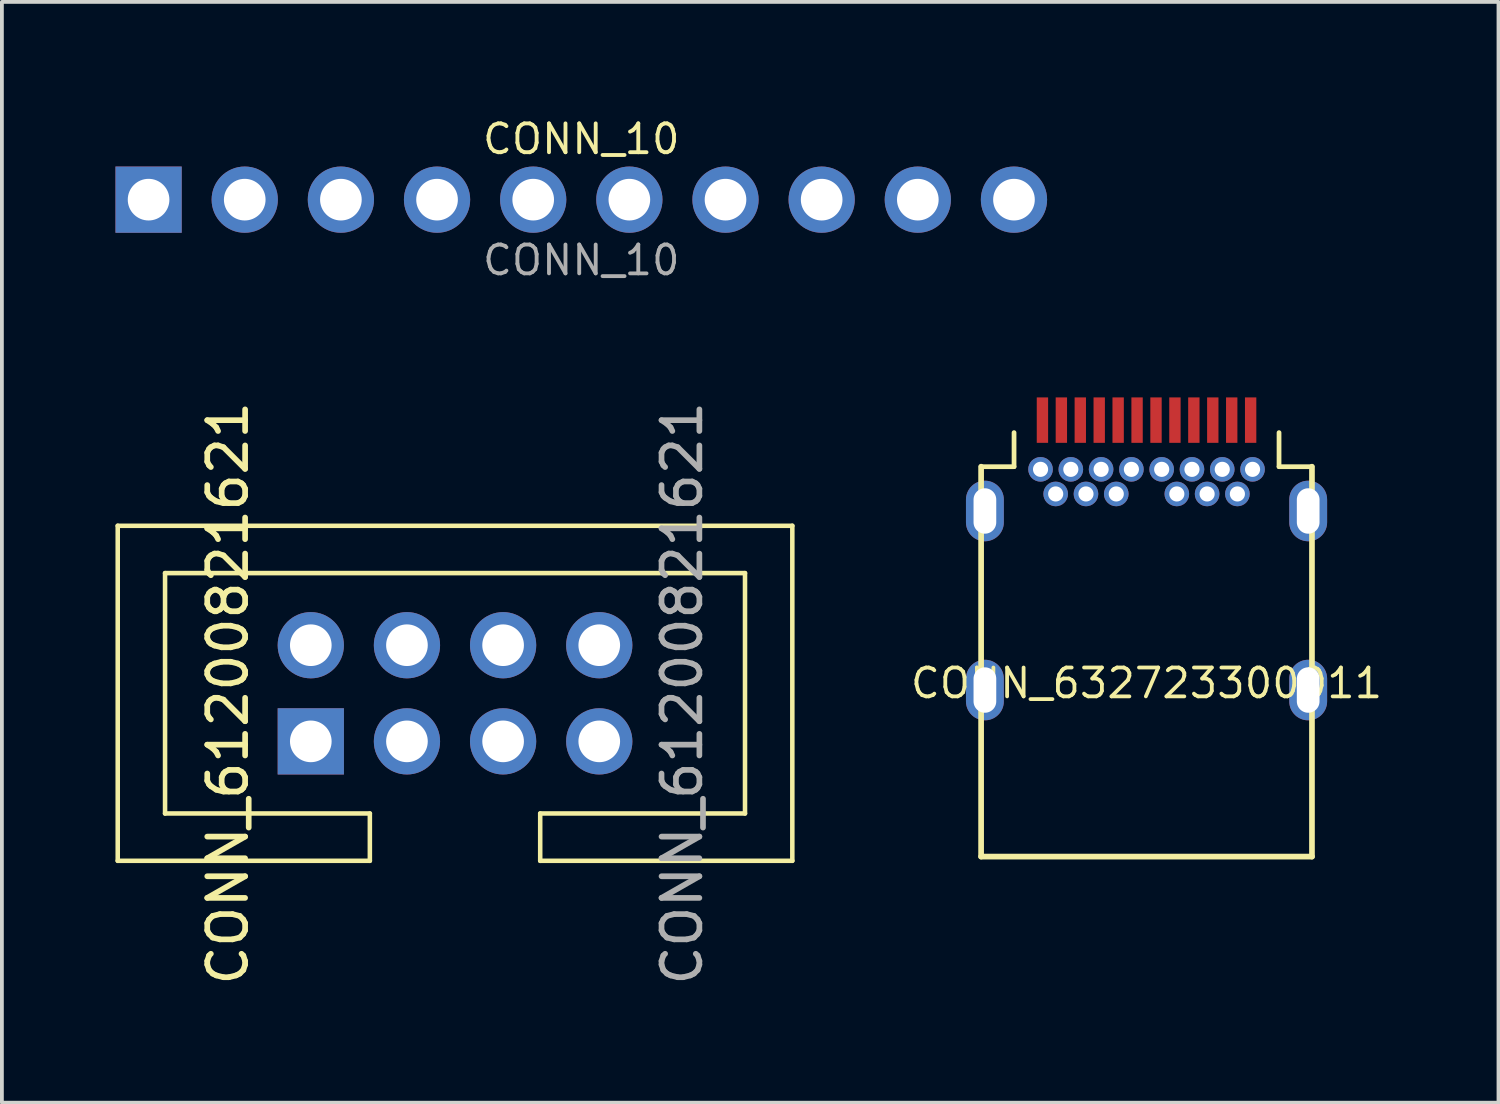
<source format=kicad_pcb>
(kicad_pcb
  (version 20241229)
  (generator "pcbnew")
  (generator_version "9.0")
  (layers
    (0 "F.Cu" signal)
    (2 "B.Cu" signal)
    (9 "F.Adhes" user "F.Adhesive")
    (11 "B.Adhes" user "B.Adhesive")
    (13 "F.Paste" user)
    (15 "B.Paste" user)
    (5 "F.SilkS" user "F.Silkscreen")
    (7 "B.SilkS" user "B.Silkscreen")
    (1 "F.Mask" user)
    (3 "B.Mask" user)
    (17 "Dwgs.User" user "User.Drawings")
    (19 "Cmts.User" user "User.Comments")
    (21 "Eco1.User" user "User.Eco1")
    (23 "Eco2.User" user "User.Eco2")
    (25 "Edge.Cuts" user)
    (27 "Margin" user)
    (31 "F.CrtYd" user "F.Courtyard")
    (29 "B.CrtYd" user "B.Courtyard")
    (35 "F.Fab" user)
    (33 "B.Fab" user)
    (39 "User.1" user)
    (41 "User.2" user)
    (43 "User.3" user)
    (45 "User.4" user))
  (footprint "CONN_10"
    (layer "F.Cu")
    (at 12.305 2.224)
    (property "Reference" "CONN_10" (at 0 -1.6 0) (unlocked yes) (layer "F.SilkS") (effects (font (size 0.762 0.762) (thickness 0.102))))
    (attr through_hole)
    (fp_text user "${REFERENCE}" (at 0 1.6 0) (unlocked yes) (layer "F.Fab") (effects (font (size 0.762 0.762) (thickness 0.102))))
    (pad "1" thru_hole rect (at -11.43 0) (size 1.75 1.75) (drill 1.1) (layers "*.Cu" "*.Mask"))
    (pad "2" thru_hole circle (at -8.89 0) (size 1.75 1.75) (drill 1.1) (layers "*.Cu" "*.Mask"))
    (pad "3" thru_hole circle (at -6.35 0) (size 1.75 1.75) (drill 1.1) (layers "*.Cu" "*.Mask"))
    (pad "4" thru_hole circle (at -3.81 0) (size 1.75 1.75) (drill 1.1) (layers "*.Cu" "*.Mask"))
    (pad "5" thru_hole circle (at -1.27 0) (size 1.75 1.75) (drill 1.1) (layers "*.Cu" "*.Mask"))
    (pad "6" thru_hole circle (at 1.27 0) (size 1.75 1.75) (drill 1.1) (layers "*.Cu" "*.Mask"))
    (pad "7" thru_hole circle (at 3.81 0) (size 1.75 1.75) (drill 1.1) (layers "*.Cu" "*.Mask"))
    (pad "8" thru_hole circle (at 6.35 0) (size 1.75 1.75) (drill 1.1) (layers "*.Cu" "*.Mask"))
    (pad "9" thru_hole circle (at 8.89 0) (size 1.75 1.75) (drill 1.1) (layers "*.Cu" "*.Mask"))
    (pad "10" thru_hole circle (at 11.43 0) (size 1.75 1.75) (drill 1.1) (layers "*.Cu" "*.Mask")))
  (footprint "CONN_61200821621"
    (layer "F.Cu")
    (at 8.97 15.264)
    (property "Reference" "CONN_61200821621" (at -6 0 90) (unlocked yes) (layer "F.SilkS") (effects (font (size 1 1) (thickness 0.15))))
    (attr through_hole)
    (fp_line (start -8.91 -4.425) (end 8.91 -4.425) (stroke (width 0.12) (type solid)) (layer "F.SilkS"))
    (fp_line (start -8.91 4.425) (end -8.91 -4.425) (stroke (width 0.12) (type solid)) (layer "F.SilkS"))
    (fp_line (start -7.66 -3.175) (end 7.66 -3.175) (stroke (width 0.12) (type solid)) (layer "F.SilkS"))
    (fp_line (start -7.66 3.175) (end -7.66 -3.175) (stroke (width 0.12) (type solid)) (layer "F.SilkS"))
    (fp_line (start -2.25 3.175) (end -7.66 3.175) (stroke (width 0.12) (type solid)) (layer "F.SilkS"))
    (fp_line (start -2.25 4.425) (end -8.91 4.425) (stroke (width 0.12) (type solid)) (layer "F.SilkS"))
    (fp_line (start -2.25 4.425) (end -2.25 3.175) (stroke (width 0.12) (type solid)) (layer "F.SilkS"))
    (fp_line (start 2.25 4.425) (end 2.25 3.175) (stroke (width 0.12) (type solid)) (layer "F.SilkS"))
    (fp_line (start 2.25 4.425) (end 8.91 4.425) (stroke (width 0.12) (type solid)) (layer "F.SilkS"))
    (fp_line (start 7.66 -3.175) (end 7.66 3.175) (stroke (width 0.12) (type solid)) (layer "F.SilkS"))
    (fp_line (start 7.66 3.175) (end 2.25 3.175) (stroke (width 0.12) (type solid)) (layer "F.SilkS"))
    (fp_line (start 8.91 -4.425) (end 8.91 4.425) (stroke (width 0.12) (type solid)) (layer "F.SilkS"))
    (fp_text user "${REFERENCE}" (at 6 0 90) (unlocked yes) (layer "F.Fab") (effects (font (size 1 1) (thickness 0.15))))
    (pad "1" thru_hole rect (at -3.81 1.27) (size 1.75 1.75) (drill 1.1) (layers "*.Cu" "*.Mask"))
    (pad "2" thru_hole circle (at -3.81 -1.27) (size 1.75 1.75) (drill 1.1) (layers "*.Cu" "*.Mask"))
    (pad "3" thru_hole circle (at -1.27 1.27) (size 1.75 1.75) (drill 1.1) (layers "*.Cu" "*.Mask"))
    (pad "4" thru_hole circle (at -1.27 -1.27) (size 1.75 1.75) (drill 1.1) (layers "*.Cu" "*.Mask"))
    (pad "5" thru_hole circle (at 1.27 1.27) (size 1.75 1.75) (drill 1.1) (layers "*.Cu" "*.Mask"))
    (pad "6" thru_hole circle (at 1.27 -1.27) (size 1.75 1.75) (drill 1.1) (layers "*.Cu" "*.Mask"))
    (pad "7" thru_hole circle (at 3.81 1.27) (size 1.75 1.75) (drill 1.1) (layers "*.Cu" "*.Mask"))
    (pad "8" thru_hole circle (at 3.81 -1.27) (size 1.75 1.75) (drill 1.1) (layers "*.Cu" "*.Mask")))
  (footprint "CONN_632723300011"
    (layer "F.Cu")
    (at 27.237 9.998)
    (property "Reference" "CONN_632723300011" (at 0 5 0) (layer "F.SilkS") (effects (font (size 0.762 0.762) (thickness 0.1))))
    (attr through_hole)
    (fp_line (start -4.37 -0.72) (end -4.37 9.58) (stroke (width 0.15) (type solid)) (layer "F.SilkS"))
    (fp_line (start -4.37 -0.72) (end -3.5 -0.72) (stroke (width 0.125) (type solid)) (layer "F.SilkS"))
    (fp_line (start -4.37 9.58) (end 4.37 9.58) (stroke (width 0.15) (type solid)) (layer "F.SilkS"))
    (fp_line (start -3.5 -1.62) (end -3.5 -0.72) (stroke (width 0.125) (type solid)) (layer "F.SilkS"))
    (fp_line (start 3.5 -0.72) (end 3.5 -1.62) (stroke (width 0.125) (type solid)) (layer "F.SilkS"))
    (fp_line (start 4.37 -0.72) (end 3.5 -0.72) (stroke (width 0.125) (type solid)) (layer "F.SilkS"))
    (fp_line (start 4.37 -0.72) (end 4.37 9.58) (stroke (width 0.15) (type solid)) (layer "F.SilkS"))
    (pad "A1" smd rect (at -2.75 -1.95) (size 0.3 1.2) (layers "F.Cu" "F.Mask" "F.Paste"))
    (pad "A2" smd rect (at -2.25 -1.95) (size 0.3 1.2) (layers "F.Cu" "F.Mask" "F.Paste"))
    (pad "A3" smd rect (at -1.75 -1.95) (size 0.3 1.2) (layers "F.Cu" "F.Mask" "F.Paste"))
    (pad "A4" smd rect (at -1.25 -1.95) (size 0.3 1.2) (layers "F.Cu" "F.Mask" "F.Paste"))
    (pad "A5" smd rect (at -0.75 -1.95) (size 0.3 1.2) (layers "F.Cu" "F.Mask" "F.Paste"))
    (pad "A6" smd rect (at -0.25 -1.95) (size 0.3 1.2) (layers "F.Cu" "F.Mask" "F.Paste"))
    (pad "A7" smd rect (at 0.25 -1.95) (size 0.3 1.2) (layers "F.Cu" "F.Mask" "F.Paste"))
    (pad "A8" smd rect (at 0.75 -1.95) (size 0.3 1.2) (layers "F.Cu" "F.Mask" "F.Paste"))
    (pad "A9" smd rect (at 1.25 -1.95) (size 0.3 1.2) (layers "F.Cu" "F.Mask" "F.Paste"))
    (pad "A10" smd rect (at 1.75 -1.95) (size 0.3 1.2) (layers "F.Cu" "F.Mask" "F.Paste"))
    (pad "A11" smd rect (at 2.25 -1.95) (size 0.3 1.2) (layers "F.Cu" "F.Mask" "F.Paste"))
    (pad "A12" smd rect (at 2.75 -1.95) (size 0.3 1.2) (layers "F.Cu" "F.Mask" "F.Paste"))
    (pad "B1" thru_hole circle (at 2.8 -0.65) (size 0.65 0.65) (drill 0.4) (layers "*.Cu" "*.Mask"))
    (pad "B2" thru_hole circle (at 2.4 0) (size 0.65 0.65) (drill 0.4) (layers "*.Cu" "*.Mask"))
    (pad "B3" thru_hole circle (at 1.6 0) (size 0.65 0.65) (drill 0.4) (layers "*.Cu" "*.Mask"))
    (pad "B4" thru_hole circle (at 1.2 -0.65) (size 0.65 0.65) (drill 0.4) (layers "*.Cu" "*.Mask"))
    (pad "B5" thru_hole circle (at 0.8 0) (size 0.65 0.65) (drill 0.4) (layers "*.Cu" "*.Mask"))
    (pad "B6" thru_hole circle (at 0.4 -0.65) (size 0.65 0.65) (drill 0.4) (layers "*.Cu" "*.Mask"))
    (pad "B7" thru_hole circle (at -0.4 -0.65) (size 0.65 0.65) (drill 0.4) (layers "*.Cu" "*.Mask"))
    (pad "B8" thru_hole circle (at -0.8 0) (size 0.65 0.65) (drill 0.4) (layers "*.Cu" "*.Mask"))
    (pad "B9" thru_hole circle (at -1.2 -0.65) (size 0.65 0.65) (drill 0.4) (layers "*.Cu" "*.Mask"))
    (pad "B10" thru_hole circle (at -1.6 0) (size 0.65 0.65) (drill 0.4) (layers "*.Cu" "*.Mask"))
    (pad "B11" thru_hole circle (at -2.4 0) (size 0.65 0.65) (drill 0.4) (layers "*.Cu" "*.Mask"))
    (pad "B12" thru_hole circle (at -2.8 -0.65) (size 0.65 0.65) (drill 0.4) (layers "*.Cu" "*.Mask"))
    (pad "SHLD" thru_hole oval (at -4.27 0.45) (size 1 1.6) (drill oval 0.6 1.2) (layers "*.Cu" "*.Mask"))
    (pad "SHLD" thru_hole oval (at -4.27 5.18) (size 1 1.6) (drill oval 0.6 1.2) (layers "*.Cu" "*.Mask"))
    (pad "SHLD" thru_hole circle (at -2 -0.65) (size 0.65 0.65) (drill 0.4) (layers "*.Cu" "*.Mask"))
    (pad "SHLD" thru_hole circle (at 2 -0.65) (size 0.65 0.65) (drill 0.4) (layers "*.Cu" "*.Mask"))
    (pad "SHLD" thru_hole oval (at 4.27 0.45) (size 1 1.6) (drill oval 0.6 1.2) (layers "*.Cu" "*.Mask"))
    (pad "SHLD" thru_hole oval (at 4.27 5.18) (size 1 1.6) (drill oval 0.6 1.2) (layers "*.Cu" "*.Mask")))
  (gr_rect
    (start -3 -3)
    (end 36.534 26.079)
    (stroke (width 0.1) (type default))
    (fill no)
    (layer "Edge.Cuts")))
</source>
